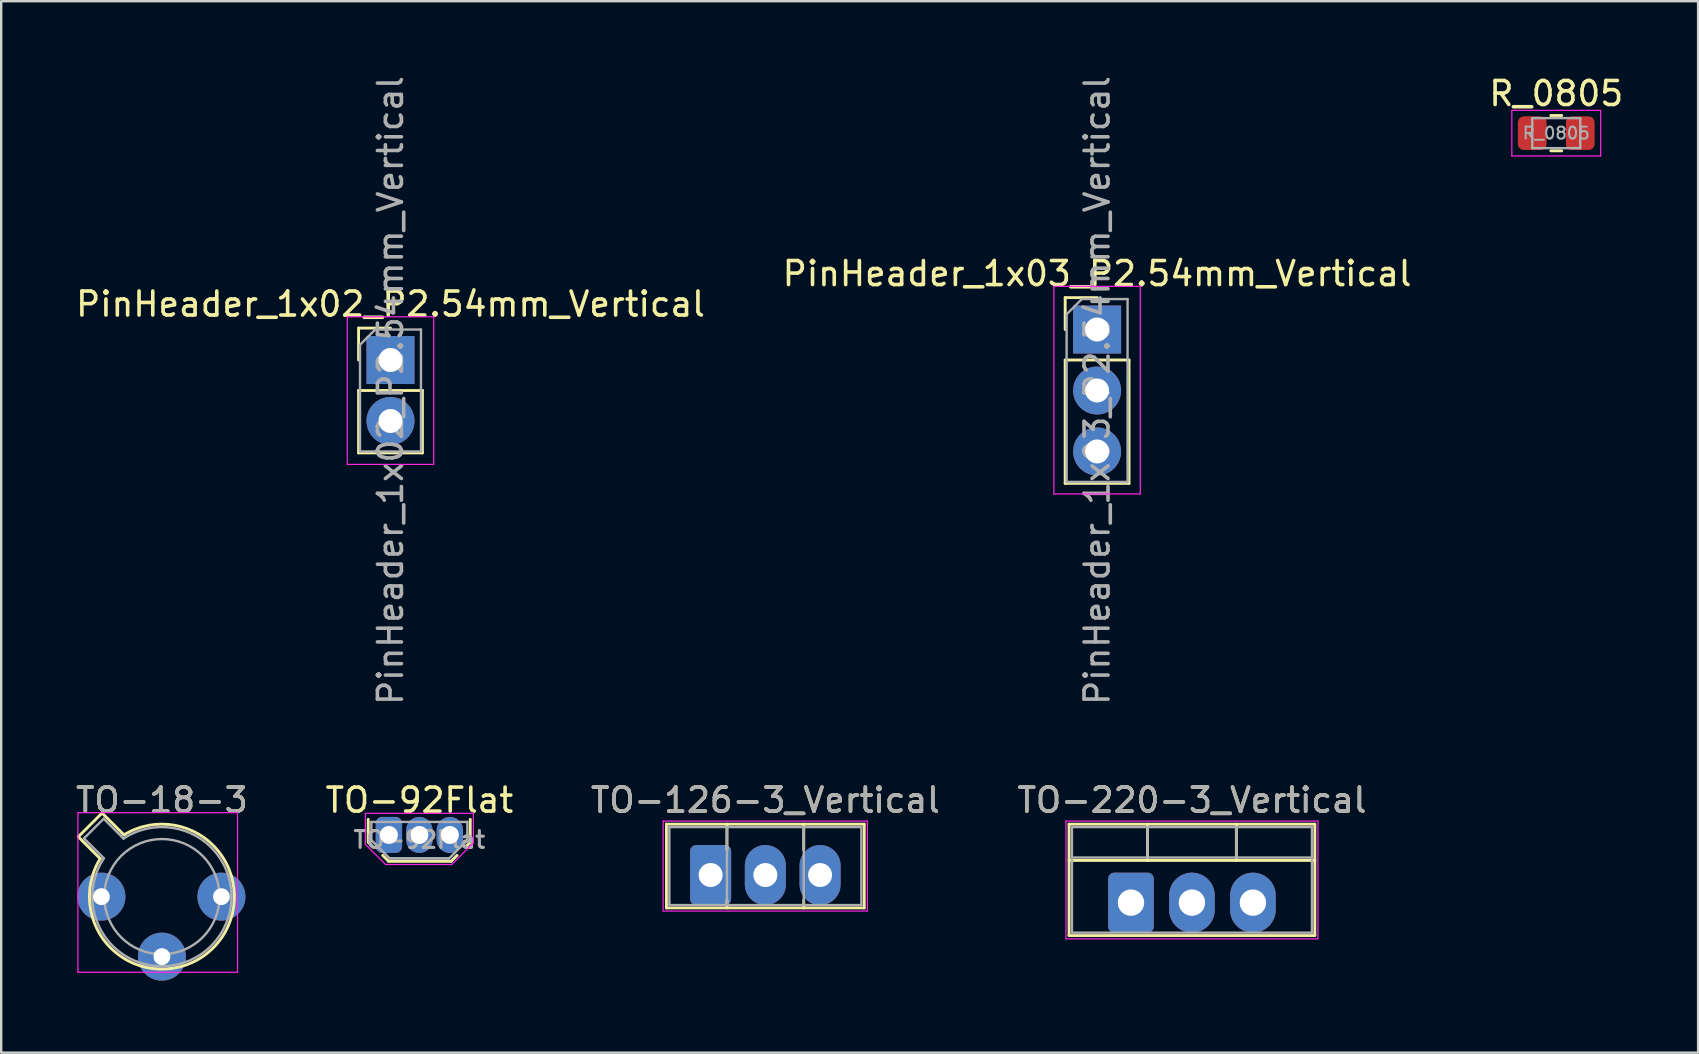
<source format=kicad_pcb>
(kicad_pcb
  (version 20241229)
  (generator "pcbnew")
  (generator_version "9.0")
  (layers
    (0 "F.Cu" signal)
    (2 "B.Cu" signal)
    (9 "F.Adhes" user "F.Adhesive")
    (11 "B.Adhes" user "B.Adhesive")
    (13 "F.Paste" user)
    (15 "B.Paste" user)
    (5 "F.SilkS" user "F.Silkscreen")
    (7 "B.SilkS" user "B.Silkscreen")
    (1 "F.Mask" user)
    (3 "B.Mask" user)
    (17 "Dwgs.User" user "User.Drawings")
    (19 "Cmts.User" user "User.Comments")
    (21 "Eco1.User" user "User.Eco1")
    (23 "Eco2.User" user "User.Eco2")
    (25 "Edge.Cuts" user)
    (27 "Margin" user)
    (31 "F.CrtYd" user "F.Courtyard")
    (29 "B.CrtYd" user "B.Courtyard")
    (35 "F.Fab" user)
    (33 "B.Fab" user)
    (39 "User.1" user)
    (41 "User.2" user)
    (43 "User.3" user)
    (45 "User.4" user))
  (footprint "TO-18-3"
    (layer "F.Cu")
    (at 2.426 34.309)
    (property "Reference" "TO-18-3" (at 1.27 -4.02 0) (layer "F.SilkS") (effects (font (size 1 1) (thickness 0.15))))
    (attr through_hole)
    (fp_line (start -2.214 -2.494) (end -1.302 -1.582) (stroke (width 0.12) (type solid)) (layer "F.SilkS"))
    (fp_line (start -1.224 -3.484) (end -2.214 -2.494) (stroke (width 0.12) (type solid)) (layer "F.SilkS"))
    (fp_line (start -0.312 -2.572) (end -1.224 -3.484) (stroke (width 0.12) (type solid)) (layer "F.SilkS"))
    (fp_arc (start -0.312331 -2.572281) (mid 3.405374 2.135551) (end -1.30215 -1.582544) (stroke (width 0.12) (type solid)) (layer "F.SilkS"))
    (fp_line (start -2.23 -3.5) (end -2.23 3.15) (stroke (width 0.05) (type solid)) (layer "F.CrtYd"))
    (fp_line (start -2.23 3.15) (end 4.42 3.15) (stroke (width 0.05) (type solid)) (layer "F.CrtYd"))
    (fp_line (start 4.42 -3.5) (end -2.23 -3.5) (stroke (width 0.05) (type solid)) (layer "F.CrtYd"))
    (fp_line (start 4.42 3.15) (end 4.42 -3.5) (stroke (width 0.05) (type solid)) (layer "F.CrtYd"))
    (fp_line (start -1.977 -2.426) (end -1.149 -1.599) (stroke (width 0.1) (type solid)) (layer "F.Fab"))
    (fp_line (start -1.156 -3.247) (end -1.977 -2.426) (stroke (width 0.1) (type solid)) (layer "F.Fab"))
    (fp_line (start -0.329 -2.419) (end -1.156 -3.247) (stroke (width 0.1) (type solid)) (layer "F.Fab"))
    (fp_arc (start -0.329057 -2.419301) (mid 3.321076 2.050143) (end -1.150029 -1.597956) (stroke (width 0.1) (type solid)) (layer "F.Fab"))
    (fp_circle (center 1.27 0) (end 3.67 0) (stroke (width 0.1) (type solid)) (fill no) (layer "F.Fab"))
    (fp_text user "${REFERENCE}" (at 1.27 -4.02 0) (layer "F.Fab") (effects (font (size 1 1) (thickness 0.15))))
    (pad "1" thru_hole circle (at -1.25 0) (size 2 2) (drill 0.7) (layers "*.Cu" "*.Mask"))
    (pad "2" thru_hole circle (at 1.27 2.5) (size 2 2) (drill 0.7) (layers "*.Cu" "*.Mask"))
    (pad "3" thru_hole circle (at 3.75 0) (size 2 2) (drill 0.7) (layers "*.Cu" "*.Mask")))
  (footprint "TO-126-3_Vertical"
    (layer "F.Cu")
    (at 26.559 33.409)
    (property "Reference" "TO-126-3_Vertical" (at 2.28 -3.12 0) (layer "F.SilkS") (effects (font (size 1 1) (thickness 0.15))))
    (attr through_hole)
    (fp_line (start -1.841 -2.12) (end -1.841 1.37) (stroke (width 0.12) (type solid)) (layer "F.SilkS"))
    (fp_line (start -1.841 -2.12) (end 6.4 -2.12) (stroke (width 0.12) (type solid)) (layer "F.SilkS"))
    (fp_line (start -1.841 1.37) (end 6.4 1.37) (stroke (width 0.12) (type solid)) (layer "F.SilkS"))
    (fp_line (start 0.68 -2.12) (end 0.68 -1.05) (stroke (width 0.12) (type solid)) (layer "F.SilkS"))
    (fp_line (start 0.68 1.05) (end 0.68 1.37) (stroke (width 0.12) (type solid)) (layer "F.SilkS"))
    (fp_line (start 3.88 -2.12) (end 3.88 -1.05) (stroke (width 0.12) (type solid)) (layer "F.SilkS"))
    (fp_line (start 3.88 1.05) (end 3.88 1.37) (stroke (width 0.12) (type solid)) (layer "F.SilkS"))
    (fp_line (start 6.4 -2.12) (end 6.4 1.37) (stroke (width 0.12) (type solid)) (layer "F.SilkS"))
    (fp_line (start -1.98 -2.25) (end -1.98 1.5) (stroke (width 0.05) (type solid)) (layer "F.CrtYd"))
    (fp_line (start -1.98 1.5) (end 6.53 1.5) (stroke (width 0.05) (type solid)) (layer "F.CrtYd"))
    (fp_line (start 6.53 -2.25) (end -1.98 -2.25) (stroke (width 0.05) (type solid)) (layer "F.CrtYd"))
    (fp_line (start 6.53 1.5) (end 6.53 -2.25) (stroke (width 0.05) (type solid)) (layer "F.CrtYd"))
    (fp_line (start -1.72 -2) (end -1.72 1.25) (stroke (width 0.1) (type solid)) (layer "F.Fab"))
    (fp_line (start -1.72 1.25) (end 6.28 1.25) (stroke (width 0.1) (type solid)) (layer "F.Fab"))
    (fp_line (start 0.68 -2) (end 0.68 1.25) (stroke (width 0.1) (type solid)) (layer "F.Fab"))
    (fp_line (start 3.88 -2) (end 3.88 1.25) (stroke (width 0.1) (type solid)) (layer "F.Fab"))
    (fp_line (start 6.28 -2) (end -1.72 -2) (stroke (width 0.1) (type solid)) (layer "F.Fab"))
    (fp_line (start 6.28 1.25) (end 6.28 -2) (stroke (width 0.1) (type solid)) (layer "F.Fab"))
    (fp_text user "${REFERENCE}" (at 2.28 -3.12 0) (layer "F.Fab") (effects (font (size 1 1) (thickness 0.15))))
    (pad "1" thru_hole roundrect (at 0 0) (size 1.71 2.5) (drill 1) (layers "*.Cu" "*.Mask") (roundrect_rratio 0.146))
    (pad "2" thru_hole oval (at 2.28 0) (size 1.71 2.5) (drill 1) (layers "*.Cu" "*.Mask"))
    (pad "3" thru_hole oval (at 4.56 0) (size 1.71 2.5) (drill 1) (layers "*.Cu" "*.Mask")))
  (footprint "TO-220-3_Vertical"
    (layer "F.Cu")
    (at 44.073 34.559)
    (property "Reference" "TO-220-3_Vertical" (at 2.54 -4.27 0) (layer "F.SilkS") (effects (font (size 1 1) (thickness 0.15))))
    (attr through_hole)
    (fp_line (start -2.58 -3.27) (end -2.58 1.371) (stroke (width 0.12) (type solid)) (layer "F.SilkS"))
    (fp_line (start -2.58 -3.27) (end 7.66 -3.27) (stroke (width 0.12) (type solid)) (layer "F.SilkS"))
    (fp_line (start -2.58 -1.76) (end 7.66 -1.76) (stroke (width 0.12) (type solid)) (layer "F.SilkS"))
    (fp_line (start -2.58 1.371) (end 7.66 1.371) (stroke (width 0.12) (type solid)) (layer "F.SilkS"))
    (fp_line (start 0.69 -3.27) (end 0.69 -1.76) (stroke (width 0.12) (type solid)) (layer "F.SilkS"))
    (fp_line (start 4.391 -3.27) (end 4.391 -1.76) (stroke (width 0.12) (type solid)) (layer "F.SilkS"))
    (fp_line (start 7.66 -3.27) (end 7.66 1.371) (stroke (width 0.12) (type solid)) (layer "F.SilkS"))
    (fp_line (start -2.71 -3.4) (end -2.71 1.51) (stroke (width 0.05) (type solid)) (layer "F.CrtYd"))
    (fp_line (start -2.71 1.51) (end 7.79 1.51) (stroke (width 0.05) (type solid)) (layer "F.CrtYd"))
    (fp_line (start 7.79 -3.4) (end -2.71 -3.4) (stroke (width 0.05) (type solid)) (layer "F.CrtYd"))
    (fp_line (start 7.79 1.51) (end 7.79 -3.4) (stroke (width 0.05) (type solid)) (layer "F.CrtYd"))
    (fp_line (start -2.46 -3.15) (end -2.46 1.25) (stroke (width 0.1) (type solid)) (layer "F.Fab"))
    (fp_line (start -2.46 -1.88) (end 7.54 -1.88) (stroke (width 0.1) (type solid)) (layer "F.Fab"))
    (fp_line (start -2.46 1.25) (end 7.54 1.25) (stroke (width 0.1) (type solid)) (layer "F.Fab"))
    (fp_line (start 0.69 -3.15) (end 0.69 -1.88) (stroke (width 0.1) (type solid)) (layer "F.Fab"))
    (fp_line (start 4.39 -3.15) (end 4.39 -1.88) (stroke (width 0.1) (type solid)) (layer "F.Fab"))
    (fp_line (start 7.54 -3.15) (end -2.46 -3.15) (stroke (width 0.1) (type solid)) (layer "F.Fab"))
    (fp_line (start 7.54 1.25) (end 7.54 -3.15) (stroke (width 0.1) (type solid)) (layer "F.Fab"))
    (fp_text user "${REFERENCE}" (at 2.54 -4.27 0) (layer "F.Fab") (effects (font (size 1 1) (thickness 0.15))))
    (pad "1" thru_hole roundrect (at 0 0) (size 1.9 2.5) (drill 1.1) (layers "*.Cu" "*.Mask") (roundrect_rratio 0.131))
    (pad "2" thru_hole oval (at 2.54 0) (size 1.9 2.5) (drill 1.1) (layers "*.Cu" "*.Mask"))
    (pad "3" thru_hole oval (at 5.08 0) (size 1.9 2.5) (drill 1.1) (layers "*.Cu" "*.Mask")))
  (footprint "TO-92Flat"
    (layer "F.Cu")
    (at 13.153 31.739)
    (property "Reference" "TO-92Flat" (at 1.27 -1.45 0) (layer "F.SilkS") (effects (font (size 1 1) (thickness 0.15))))
    (attr through_hole)
    (fp_line (start -0.86 0.3) (end -0.86 -0.65) (stroke (width 0.12) (type solid)) (layer "F.SilkS"))
    (fp_line (start -0.71 0.45) (end -0.86 0.3) (stroke (width 0.12) (type solid)) (layer "F.SilkS"))
    (fp_line (start -0.01 1.1) (end -0.26 0.85) (stroke (width 0.12) (type solid)) (layer "F.SilkS"))
    (fp_line (start -0.01 1.1) (end 2.59 1.1) (stroke (width 0.12) (type solid)) (layer "F.SilkS"))
    (fp_line (start 2.59 1.1) (end 2.84 0.85) (stroke (width 0.12) (type solid)) (layer "F.SilkS"))
    (fp_line (start 3.24 0.45) (end 3.39 0.3) (stroke (width 0.12) (type solid)) (layer "F.SilkS"))
    (fp_line (start 3.39 -0.65) (end 3.39 0.3) (stroke (width 0.12) (type solid)) (layer "F.SilkS"))
    (fp_line (start -0.98 -0.9) (end 3.52 -0.9) (stroke (width 0.05) (type solid)) (layer "F.CrtYd"))
    (fp_line (start -0.98 0.39) (end -0.98 -0.9) (stroke (width 0.05) (type solid)) (layer "F.CrtYd"))
    (fp_line (start -0.14 1.23) (end -0.98 0.39) (stroke (width 0.05) (type solid)) (layer "F.CrtYd"))
    (fp_line (start 2.62 1.23) (end -0.14 1.23) (stroke (width 0.05) (type solid)) (layer "F.CrtYd"))
    (fp_line (start 3.52 -0.9) (end 3.52 0.33) (stroke (width 0.05) (type solid)) (layer "F.CrtYd"))
    (fp_line (start 3.52 0.33) (end 2.62 1.23) (stroke (width 0.05) (type solid)) (layer "F.CrtYd"))
    (fp_line (start -0.73 -0.542) (end -0.73 0.217) (stroke (width 0.1) (type solid)) (layer "F.Fab"))
    (fp_line (start 0.03 0.978) (end -0.73 0.217) (stroke (width 0.1) (type solid)) (layer "F.Fab"))
    (fp_line (start 2.51 0.978) (end 0.03 0.978) (stroke (width 0.1) (type solid)) (layer "F.Fab"))
    (fp_line (start 2.51 0.978) (end 0.03 0.978) (stroke (width 0.1) (type solid)) (layer "F.Fab"))
    (fp_line (start 3.27 -0.542) (end -0.73 -0.542) (stroke (width 0.1) (type solid)) (layer "F.Fab"))
    (fp_line (start 3.27 -0.542) (end 3.27 0.217) (stroke (width 0.1) (type solid)) (layer "F.Fab"))
    (fp_line (start 3.27 0.217) (end 2.51 0.978) (stroke (width 0.1) (type solid)) (layer "F.Fab"))
    (fp_text user "${REFERENCE}" (at 1.27 0.2 0) (layer "F.Fab") (effects (font (size 0.7 0.7) (thickness 0.13))))
    (pad "1" thru_hole roundrect (at 0 0) (size 1.1 1.5) (drill 0.75) (layers "*.Cu" "*.Mask") (roundrect_rratio 0.238))
    (pad "2" thru_hole oval (at 1.27 0) (size 1.1 1.5) (drill 0.75) (layers "*.Cu" "*.Mask"))
    (pad "3" thru_hole oval (at 2.54 0) (size 1.1 1.5) (drill 0.75) (layers "*.Cu" "*.Mask")))
  (footprint "R_0805"
    (layer "F.Cu")
    (at 61.792 2.498)
    (property "Reference" "R_0805" (at 0 -1.65 0) (layer "F.SilkS") (effects (font (size 1 1) (thickness 0.15))))
    (attr smd)
    (fp_line (start -0.227 -0.735) (end 0.227 -0.735) (stroke (width 0.12) (type solid)) (layer "F.SilkS"))
    (fp_line (start -0.227 0.735) (end 0.227 0.735) (stroke (width 0.12) (type solid)) (layer "F.SilkS"))
    (fp_line (start -1.85 -0.95) (end 1.85 -0.95) (stroke (width 0.05) (type solid)) (layer "F.CrtYd"))
    (fp_line (start -1.85 0.95) (end -1.85 -0.95) (stroke (width 0.05) (type solid)) (layer "F.CrtYd"))
    (fp_line (start 1.85 -0.95) (end 1.85 0.95) (stroke (width 0.05) (type solid)) (layer "F.CrtYd"))
    (fp_line (start 1.85 0.95) (end -1.85 0.95) (stroke (width 0.05) (type solid)) (layer "F.CrtYd"))
    (fp_line (start -1 -0.625) (end 1 -0.625) (stroke (width 0.1) (type solid)) (layer "F.Fab"))
    (fp_line (start -1 0.625) (end -1 -0.625) (stroke (width 0.1) (type solid)) (layer "F.Fab"))
    (fp_line (start 1 -0.625) (end 1 0.625) (stroke (width 0.1) (type solid)) (layer "F.Fab"))
    (fp_line (start 1 0.625) (end -1 0.625) (stroke (width 0.1) (type solid)) (layer "F.Fab"))
    (fp_text user "${REFERENCE}" (at 0 0 0) (layer "F.Fab") (effects (font (size 0.5 0.5) (thickness 0.08))))
    (pad "1" smd roundrect (at -1 0) (size 1.2 1.4) (layers "F.Cu" "F.Mask" "F.Paste") (roundrect_rratio 0.208))
    (pad "2" smd roundrect (at 1 0) (size 1.2 1.4) (layers "F.Cu" "F.Mask" "F.Paste") (roundrect_rratio 0.208)))
  (footprint "PinHeader_1x02_P2.54mm_Vertical"
    (layer "F.Cu")
    (at 13.22 11.95)
    (property "Reference" "PinHeader_1x02_P2.54mm_Vertical" (at 0 -2.33 0) (layer "F.SilkS") (effects (font (size 1 1) (thickness 0.15))))
    (attr through_hole)
    (fp_line (start -1.33 -1.33) (end 0 -1.33) (stroke (width 0.12) (type solid)) (layer "F.SilkS"))
    (fp_line (start -1.33 0) (end -1.33 -1.33) (stroke (width 0.12) (type solid)) (layer "F.SilkS"))
    (fp_line (start -1.33 1.27) (end -1.33 3.87) (stroke (width 0.12) (type solid)) (layer "F.SilkS"))
    (fp_line (start -1.33 1.27) (end 1.33 1.27) (stroke (width 0.12) (type solid)) (layer "F.SilkS"))
    (fp_line (start -1.33 3.87) (end 1.33 3.87) (stroke (width 0.12) (type solid)) (layer "F.SilkS"))
    (fp_line (start 1.33 1.27) (end 1.33 3.87) (stroke (width 0.12) (type solid)) (layer "F.SilkS"))
    (fp_line (start -1.8 -1.8) (end -1.8 4.35) (stroke (width 0.05) (type solid)) (layer "F.CrtYd"))
    (fp_line (start -1.8 4.35) (end 1.8 4.35) (stroke (width 0.05) (type solid)) (layer "F.CrtYd"))
    (fp_line (start 1.8 -1.8) (end -1.8 -1.8) (stroke (width 0.05) (type solid)) (layer "F.CrtYd"))
    (fp_line (start 1.8 4.35) (end 1.8 -1.8) (stroke (width 0.05) (type solid)) (layer "F.CrtYd"))
    (fp_line (start -1.27 -0.635) (end -0.635 -1.27) (stroke (width 0.1) (type solid)) (layer "F.Fab"))
    (fp_line (start -1.27 3.81) (end -1.27 -0.635) (stroke (width 0.1) (type solid)) (layer "F.Fab"))
    (fp_line (start -0.635 -1.27) (end 1.27 -1.27) (stroke (width 0.1) (type solid)) (layer "F.Fab"))
    (fp_line (start 1.27 -1.27) (end 1.27 3.81) (stroke (width 0.1) (type solid)) (layer "F.Fab"))
    (fp_line (start 1.27 3.81) (end -1.27 3.81) (stroke (width 0.1) (type solid)) (layer "F.Fab"))
    (fp_text user "${REFERENCE}" (at 0 1.27 90) (layer "F.Fab") (effects (font (size 1 1) (thickness 0.15))))
    (pad "1" thru_hole rect (at 0 0) (size 2 2) (drill 1) (layers "*.Cu" "*.Mask"))
    (pad "2" thru_hole circle (at 0 2.54) (size 2 2) (drill 1) (layers "*.Cu" "*.Mask")))
  (footprint "PinHeader_1x03_P2.54mm_Vertical"
    (layer "F.Cu")
    (at 42.661 10.68)
    (property "Reference" "PinHeader_1x03_P2.54mm_Vertical" (at 0 -2.33 0) (layer "F.SilkS") (effects (font (size 1 1) (thickness 0.15))))
    (attr through_hole)
    (fp_line (start -1.33 -1.33) (end 0 -1.33) (stroke (width 0.12) (type solid)) (layer "F.SilkS"))
    (fp_line (start -1.33 0) (end -1.33 -1.33) (stroke (width 0.12) (type solid)) (layer "F.SilkS"))
    (fp_line (start -1.33 1.27) (end -1.33 6.41) (stroke (width 0.12) (type solid)) (layer "F.SilkS"))
    (fp_line (start -1.33 1.27) (end 1.33 1.27) (stroke (width 0.12) (type solid)) (layer "F.SilkS"))
    (fp_line (start -1.33 6.41) (end 1.33 6.41) (stroke (width 0.12) (type solid)) (layer "F.SilkS"))
    (fp_line (start 1.33 1.27) (end 1.33 6.41) (stroke (width 0.12) (type solid)) (layer "F.SilkS"))
    (fp_line (start -1.8 -1.8) (end -1.8 6.85) (stroke (width 0.05) (type solid)) (layer "F.CrtYd"))
    (fp_line (start -1.8 6.85) (end 1.8 6.85) (stroke (width 0.05) (type solid)) (layer "F.CrtYd"))
    (fp_line (start 1.8 -1.8) (end -1.8 -1.8) (stroke (width 0.05) (type solid)) (layer "F.CrtYd"))
    (fp_line (start 1.8 6.85) (end 1.8 -1.8) (stroke (width 0.05) (type solid)) (layer "F.CrtYd"))
    (fp_line (start -1.27 -0.635) (end -0.635 -1.27) (stroke (width 0.1) (type solid)) (layer "F.Fab"))
    (fp_line (start -1.27 6.35) (end -1.27 -0.635) (stroke (width 0.1) (type solid)) (layer "F.Fab"))
    (fp_line (start -0.635 -1.27) (end 1.27 -1.27) (stroke (width 0.1) (type solid)) (layer "F.Fab"))
    (fp_line (start 1.27 -1.27) (end 1.27 6.35) (stroke (width 0.1) (type solid)) (layer "F.Fab"))
    (fp_line (start 1.27 6.35) (end -1.27 6.35) (stroke (width 0.1) (type solid)) (layer "F.Fab"))
    (fp_text user "${REFERENCE}" (at 0 2.54 90) (layer "F.Fab") (effects (font (size 1 1) (thickness 0.15))))
    (pad "1" thru_hole rect (at 0 0) (size 2 2) (drill 1) (layers "*.Cu" "*.Mask"))
    (pad "2" thru_hole circle (at 0 2.54) (size 2 2) (drill 1) (layers "*.Cu" "*.Mask"))
    (pad "3" thru_hole circle (at 0 5.08) (size 2 2) (drill 1) (layers "*.Cu" "*.Mask")))
  (gr_rect
    (start -3 -3)
    (end 67.702 40.809)
    (stroke (width 0.1) (type default))
    (fill no)
    (layer "Edge.Cuts")))
</source>
